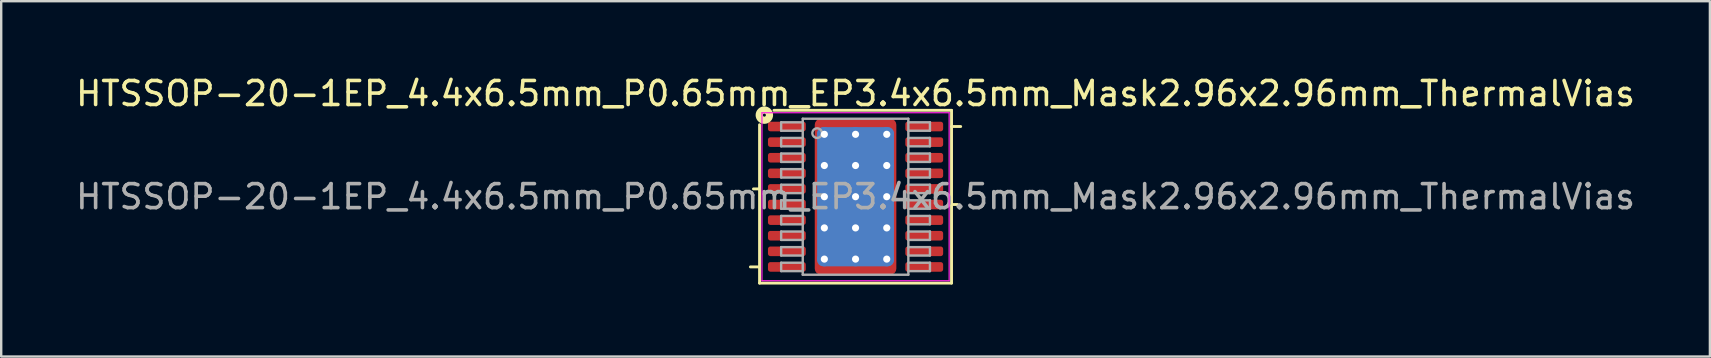
<source format=kicad_pcb>
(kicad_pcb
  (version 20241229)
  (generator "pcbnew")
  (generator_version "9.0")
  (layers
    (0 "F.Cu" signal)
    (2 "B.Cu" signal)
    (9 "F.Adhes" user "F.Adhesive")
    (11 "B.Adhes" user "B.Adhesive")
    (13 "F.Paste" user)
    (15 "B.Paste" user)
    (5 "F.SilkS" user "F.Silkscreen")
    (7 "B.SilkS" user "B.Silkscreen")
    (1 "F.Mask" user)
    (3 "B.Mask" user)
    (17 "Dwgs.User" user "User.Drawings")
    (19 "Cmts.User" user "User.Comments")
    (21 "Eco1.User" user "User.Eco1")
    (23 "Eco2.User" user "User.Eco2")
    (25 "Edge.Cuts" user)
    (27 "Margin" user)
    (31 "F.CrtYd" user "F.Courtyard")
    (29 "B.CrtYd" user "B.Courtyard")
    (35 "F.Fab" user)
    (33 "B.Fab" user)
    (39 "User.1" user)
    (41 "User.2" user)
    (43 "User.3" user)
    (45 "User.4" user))
  (footprint "HTSSOP-20-1EP_4.4x6.5mm_P0.65mm_EP3.4x6.5mm_Mask2.96x2.96mm_ThermalVias"
    (layer "F.Cu")
    (at 32.601 5.147)
    (property "Reference" "HTSSOP-20-1EP_4.4x6.5mm_P0.65mm_EP3.4x6.5mm_Mask2.96x2.96mm_ThermalVias" (at 0 -4.298 0) (layer "F.SilkS") (effects (font (size 1 1) (thickness 0.15))))
    (attr smd)
    (fp_line (start -4 -0.325) (end -4.254 -0.325) (stroke (width 0.12) (type solid)) (layer "F.SilkS"))
    (fp_line (start -4 2.925) (end -4.381 2.925) (stroke (width 0.12) (type solid)) (layer "F.SilkS"))
    (fp_line (start -4 3.6) (end -4 -3) (stroke (width 0.12) (type solid)) (layer "F.SilkS"))
    (fp_line (start -3.4 -3.6) (end 4 -3.6) (stroke (width 0.12) (type solid)) (layer "F.SilkS"))
    (fp_line (start 4 -3.6) (end 4 3.6) (stroke (width 0.12) (type solid)) (layer "F.SilkS"))
    (fp_line (start 4 -2.925) (end 4.381 -2.925) (stroke (width 0.12) (type solid)) (layer "F.SilkS"))
    (fp_line (start 4 0.325) (end 4.254 0.325) (stroke (width 0.12) (type solid)) (layer "F.SilkS"))
    (fp_line (start 4 3.6) (end -4 3.6) (stroke (width 0.12) (type solid)) (layer "F.SilkS"))
    (fp_circle (center -3.8 -3.4) (end -3.736 -3.4) (stroke (width 0.3) (type solid)) (fill no) (layer "F.SilkS"))
    (fp_line (start -3.9 -3.5) (end -3.9 3.5) (stroke (width 0.05) (type solid)) (layer "F.CrtYd"))
    (fp_line (start -3.9 3.5) (end 3.9 3.5) (stroke (width 0.05) (type solid)) (layer "F.CrtYd"))
    (fp_line (start 3.9 -3.5) (end -3.9 -3.5) (stroke (width 0.05) (type solid)) (layer "F.CrtYd"))
    (fp_line (start 3.9 3.5) (end 3.9 -3.5) (stroke (width 0.05) (type solid)) (layer "F.CrtYd"))
    (fp_line (start -3.1 -3.1) (end -3.1 -2.75) (stroke (width 0.1) (type solid)) (layer "F.Fab"))
    (fp_line (start -3.1 -3.1) (end -2.2 -3.1) (stroke (width 0.1) (type solid)) (layer "F.Fab"))
    (fp_line (start -3.1 -2.75) (end -2.2 -2.75) (stroke (width 0.1) (type solid)) (layer "F.Fab"))
    (fp_line (start -3.1 -2.45) (end -3.1 -2.1) (stroke (width 0.1) (type solid)) (layer "F.Fab"))
    (fp_line (start -3.1 -2.45) (end -2.2 -2.45) (stroke (width 0.1) (type solid)) (layer "F.Fab"))
    (fp_line (start -3.1 -2.1) (end -2.2 -2.1) (stroke (width 0.1) (type solid)) (layer "F.Fab"))
    (fp_line (start -3.1 -1.8) (end -3.1 -1.45) (stroke (width 0.1) (type solid)) (layer "F.Fab"))
    (fp_line (start -3.1 -1.8) (end -2.2 -1.8) (stroke (width 0.1) (type solid)) (layer "F.Fab"))
    (fp_line (start -3.1 -1.45) (end -2.2 -1.45) (stroke (width 0.1) (type solid)) (layer "F.Fab"))
    (fp_line (start -3.1 -1.15) (end -3.1 -0.8) (stroke (width 0.1) (type solid)) (layer "F.Fab"))
    (fp_line (start -3.1 -1.15) (end -2.2 -1.15) (stroke (width 0.1) (type solid)) (layer "F.Fab"))
    (fp_line (start -3.1 -0.8) (end -2.2 -0.8) (stroke (width 0.1) (type solid)) (layer "F.Fab"))
    (fp_line (start -3.1 -0.5) (end -3.1 -0.15) (stroke (width 0.1) (type solid)) (layer "F.Fab"))
    (fp_line (start -3.1 -0.5) (end -2.2 -0.5) (stroke (width 0.1) (type solid)) (layer "F.Fab"))
    (fp_line (start -3.1 -0.15) (end -2.2 -0.15) (stroke (width 0.1) (type solid)) (layer "F.Fab"))
    (fp_line (start -3.1 0.15) (end -3.1 0.5) (stroke (width 0.1) (type solid)) (layer "F.Fab"))
    (fp_line (start -3.1 0.15) (end -2.2 0.15) (stroke (width 0.1) (type solid)) (layer "F.Fab"))
    (fp_line (start -3.1 0.5) (end -2.2 0.5) (stroke (width 0.1) (type solid)) (layer "F.Fab"))
    (fp_line (start -3.1 0.8) (end -3.1 1.15) (stroke (width 0.1) (type solid)) (layer "F.Fab"))
    (fp_line (start -3.1 0.8) (end -2.2 0.8) (stroke (width 0.1) (type solid)) (layer "F.Fab"))
    (fp_line (start -3.1 1.15) (end -2.2 1.15) (stroke (width 0.1) (type solid)) (layer "F.Fab"))
    (fp_line (start -3.1 1.45) (end -3.1 1.8) (stroke (width 0.1) (type solid)) (layer "F.Fab"))
    (fp_line (start -3.1 1.45) (end -2.2 1.45) (stroke (width 0.1) (type solid)) (layer "F.Fab"))
    (fp_line (start -3.1 1.8) (end -2.2 1.8) (stroke (width 0.1) (type solid)) (layer "F.Fab"))
    (fp_line (start -3.1 2.1) (end -3.1 2.45) (stroke (width 0.1) (type solid)) (layer "F.Fab"))
    (fp_line (start -3.1 2.1) (end -2.2 2.1) (stroke (width 0.1) (type solid)) (layer "F.Fab"))
    (fp_line (start -3.1 2.45) (end -2.2 2.45) (stroke (width 0.1) (type solid)) (layer "F.Fab"))
    (fp_line (start -3.1 2.75) (end -3.1 3.1) (stroke (width 0.1) (type solid)) (layer "F.Fab"))
    (fp_line (start -3.1 2.75) (end -2.2 2.75) (stroke (width 0.1) (type solid)) (layer "F.Fab"))
    (fp_line (start -3.1 3.1) (end -2.2 3.1) (stroke (width 0.1) (type solid)) (layer "F.Fab"))
    (fp_line (start -2.2 -3.25) (end 2.2 -3.25) (stroke (width 0.1) (type solid)) (layer "F.Fab"))
    (fp_line (start -2.2 3.25) (end -2.2 -3.25) (stroke (width 0.1) (type solid)) (layer "F.Fab"))
    (fp_line (start 2.2 -3.25) (end 2.2 3.25) (stroke (width 0.1) (type solid)) (layer "F.Fab"))
    (fp_line (start 2.2 3.25) (end -2.2 3.25) (stroke (width 0.1) (type solid)) (layer "F.Fab"))
    (fp_line (start 3.1 -3.1) (end 2.2 -3.1) (stroke (width 0.1) (type solid)) (layer "F.Fab"))
    (fp_line (start 3.1 -2.75) (end 2.2 -2.75) (stroke (width 0.1) (type solid)) (layer "F.Fab"))
    (fp_line (start 3.1 -2.75) (end 3.1 -3.1) (stroke (width 0.1) (type solid)) (layer "F.Fab"))
    (fp_line (start 3.1 -2.45) (end 2.2 -2.45) (stroke (width 0.1) (type solid)) (layer "F.Fab"))
    (fp_line (start 3.1 -2.1) (end 2.2 -2.1) (stroke (width 0.1) (type solid)) (layer "F.Fab"))
    (fp_line (start 3.1 -2.1) (end 3.1 -2.45) (stroke (width 0.1) (type solid)) (layer "F.Fab"))
    (fp_line (start 3.1 -1.8) (end 2.2 -1.8) (stroke (width 0.1) (type solid)) (layer "F.Fab"))
    (fp_line (start 3.1 -1.45) (end 2.2 -1.45) (stroke (width 0.1) (type solid)) (layer "F.Fab"))
    (fp_line (start 3.1 -1.45) (end 3.1 -1.8) (stroke (width 0.1) (type solid)) (layer "F.Fab"))
    (fp_line (start 3.1 -1.15) (end 2.2 -1.15) (stroke (width 0.1) (type solid)) (layer "F.Fab"))
    (fp_line (start 3.1 -0.8) (end 2.2 -0.8) (stroke (width 0.1) (type solid)) (layer "F.Fab"))
    (fp_line (start 3.1 -0.8) (end 3.1 -1.15) (stroke (width 0.1) (type solid)) (layer "F.Fab"))
    (fp_line (start 3.1 -0.5) (end 2.2 -0.5) (stroke (width 0.1) (type solid)) (layer "F.Fab"))
    (fp_line (start 3.1 -0.15) (end 2.2 -0.15) (stroke (width 0.1) (type solid)) (layer "F.Fab"))
    (fp_line (start 3.1 -0.15) (end 3.1 -0.5) (stroke (width 0.1) (type solid)) (layer "F.Fab"))
    (fp_line (start 3.1 0.15) (end 2.2 0.15) (stroke (width 0.1) (type solid)) (layer "F.Fab"))
    (fp_line (start 3.1 0.5) (end 2.2 0.5) (stroke (width 0.1) (type solid)) (layer "F.Fab"))
    (fp_line (start 3.1 0.5) (end 3.1 0.15) (stroke (width 0.1) (type solid)) (layer "F.Fab"))
    (fp_line (start 3.1 0.8) (end 2.2 0.8) (stroke (width 0.1) (type solid)) (layer "F.Fab"))
    (fp_line (start 3.1 1.15) (end 2.2 1.15) (stroke (width 0.1) (type solid)) (layer "F.Fab"))
    (fp_line (start 3.1 1.15) (end 3.1 0.8) (stroke (width 0.1) (type solid)) (layer "F.Fab"))
    (fp_line (start 3.1 1.45) (end 2.2 1.45) (stroke (width 0.1) (type solid)) (layer "F.Fab"))
    (fp_line (start 3.1 1.8) (end 2.2 1.8) (stroke (width 0.1) (type solid)) (layer "F.Fab"))
    (fp_line (start 3.1 1.8) (end 3.1 1.45) (stroke (width 0.1) (type solid)) (layer "F.Fab"))
    (fp_line (start 3.1 2.1) (end 2.2 2.1) (stroke (width 0.1) (type solid)) (layer "F.Fab"))
    (fp_line (start 3.1 2.45) (end 2.2 2.45) (stroke (width 0.1) (type solid)) (layer "F.Fab"))
    (fp_line (start 3.1 2.45) (end 3.1 2.1) (stroke (width 0.1) (type solid)) (layer "F.Fab"))
    (fp_line (start 3.1 2.75) (end 2.2 2.75) (stroke (width 0.1) (type solid)) (layer "F.Fab"))
    (fp_line (start 3.1 3.1) (end 2.2 3.1) (stroke (width 0.1) (type solid)) (layer "F.Fab"))
    (fp_line (start 3.1 3.1) (end 3.1 2.75) (stroke (width 0.1) (type solid)) (layer "F.Fab"))
    (fp_circle (center -1.6 -2.65) (end -1.4 -2.65) (stroke (width 0.1) (type solid)) (fill no) (layer "F.Fab"))
    (fp_text user "${REFERENCE}" (at 0 0 0) (layer "F.Fab") (effects (font (size 1 1) (thickness 0.15))))
    (pad "" smd roundrect (at -0.74 -0.74) (size 1.19 1.19) (layers "F.Paste") (roundrect_rratio 0.21))
    (pad "" smd roundrect (at -0.74 0.74) (size 1.19 1.19) (layers "F.Paste") (roundrect_rratio 0.21))
    (pad "" smd roundrect (at 0 0) (size 2.96 2.96) (layers "F.Mask") (roundrect_rratio 0.084))
    (pad "" smd roundrect (at 0.74 -0.74) (size 1.19 1.19) (layers "F.Paste") (roundrect_rratio 0.21))
    (pad "" smd roundrect (at 0.74 0.74) (size 1.19 1.19) (layers "F.Paste") (roundrect_rratio 0.21))
    (pad "1" smd roundrect (at -2.862 -2.925) (size 1.575 0.4) (layers "F.Cu" "F.Mask" "F.Paste") (roundrect_rratio 0.25))
    (pad "2" smd roundrect (at -2.862 -2.275) (size 1.575 0.4) (layers "F.Cu" "F.Mask" "F.Paste") (roundrect_rratio 0.25))
    (pad "3" smd roundrect (at -2.862 -1.625) (size 1.575 0.4) (layers "F.Cu" "F.Mask" "F.Paste") (roundrect_rratio 0.25))
    (pad "4" smd roundrect (at -2.862 -0.975) (size 1.575 0.4) (layers "F.Cu" "F.Mask" "F.Paste") (roundrect_rratio 0.25))
    (pad "5" smd roundrect (at -2.862 -0.325) (size 1.575 0.4) (layers "F.Cu" "F.Mask" "F.Paste") (roundrect_rratio 0.25))
    (pad "6" smd roundrect (at -2.862 0.325) (size 1.575 0.4) (layers "F.Cu" "F.Mask" "F.Paste") (roundrect_rratio 0.25))
    (pad "7" smd roundrect (at -2.862 0.975) (size 1.575 0.4) (layers "F.Cu" "F.Mask" "F.Paste") (roundrect_rratio 0.25))
    (pad "8" smd roundrect (at -2.862 1.625) (size 1.575 0.4) (layers "F.Cu" "F.Mask" "F.Paste") (roundrect_rratio 0.25))
    (pad "9" smd roundrect (at -2.862 2.275) (size 1.575 0.4) (layers "F.Cu" "F.Mask" "F.Paste") (roundrect_rratio 0.25))
    (pad "10" smd roundrect (at -2.862 2.925) (size 1.575 0.4) (layers "F.Cu" "F.Mask" "F.Paste") (roundrect_rratio 0.25))
    (pad "11" smd roundrect (at 2.862 2.925) (size 1.575 0.4) (layers "F.Cu" "F.Mask" "F.Paste") (roundrect_rratio 0.25))
    (pad "12" smd roundrect (at 2.862 2.275) (size 1.575 0.4) (layers "F.Cu" "F.Mask" "F.Paste") (roundrect_rratio 0.25))
    (pad "13" smd roundrect (at 2.862 1.625) (size 1.575 0.4) (layers "F.Cu" "F.Mask" "F.Paste") (roundrect_rratio 0.25))
    (pad "14" smd roundrect (at 2.862 0.975) (size 1.575 0.4) (layers "F.Cu" "F.Mask" "F.Paste") (roundrect_rratio 0.25))
    (pad "15" smd roundrect (at 2.862 0.325) (size 1.575 0.4) (layers "F.Cu" "F.Mask" "F.Paste") (roundrect_rratio 0.25))
    (pad "16" smd roundrect (at 2.862 -0.325) (size 1.575 0.4) (layers "F.Cu" "F.Mask" "F.Paste") (roundrect_rratio 0.25))
    (pad "17" smd roundrect (at 2.862 -0.975) (size 1.575 0.4) (layers "F.Cu" "F.Mask" "F.Paste") (roundrect_rratio 0.25))
    (pad "18" smd roundrect (at 2.862 -1.625) (size 1.575 0.4) (layers "F.Cu" "F.Mask" "F.Paste") (roundrect_rratio 0.25))
    (pad "19" smd roundrect (at 2.862 -2.275) (size 1.575 0.4) (layers "F.Cu" "F.Mask" "F.Paste") (roundrect_rratio 0.25))
    (pad "20" smd roundrect (at 2.862 -2.925) (size 1.575 0.4) (layers "F.Cu" "F.Mask" "F.Paste") (roundrect_rratio 0.25))
    (pad "21" thru_hole circle (at -1.3 -2.6) (size 0.6 0.6) (drill 0.3) (property pad_prop_heatsink) (layers "*.Cu"))
    (pad "21" thru_hole circle (at -1.3 -1.3) (size 0.6 0.6) (drill 0.3) (property pad_prop_heatsink) (layers "*.Cu"))
    (pad "21" thru_hole circle (at -1.3 0) (size 0.6 0.6) (drill 0.3) (property pad_prop_heatsink) (layers "*.Cu"))
    (pad "21" thru_hole circle (at -1.3 1.3) (size 0.6 0.6) (drill 0.3) (property pad_prop_heatsink) (layers "*.Cu"))
    (pad "21" thru_hole circle (at -1.3 2.6) (size 0.6 0.6) (drill 0.3) (property pad_prop_heatsink) (layers "*.Cu"))
    (pad "21" thru_hole circle (at 0 -2.6) (size 0.6 0.6) (drill 0.3) (property pad_prop_heatsink) (layers "*.Cu"))
    (pad "21" thru_hole circle (at 0 -1.3) (size 0.6 0.6) (drill 0.3) (property pad_prop_heatsink) (layers "*.Cu"))
    (pad "21" thru_hole circle (at 0 0) (size 0.6 0.6) (drill 0.3) (property pad_prop_heatsink) (layers "*.Cu"))
    (pad "21" smd roundrect (at 0 0) (size 3.2 5.8) (layers "B.Cu" "B.Mask") (roundrect_rratio 0.078))
    (pad "21" smd roundrect (at 0 0) (size 3.4 6.5) (layers "F.Cu") (roundrect_rratio 0.074))
    (pad "21" thru_hole circle (at 0 1.3) (size 0.6 0.6) (drill 0.3) (property pad_prop_heatsink) (layers "*.Cu"))
    (pad "21" thru_hole circle (at 0 2.6) (size 0.6 0.6) (drill 0.3) (property pad_prop_heatsink) (layers "*.Cu"))
    (pad "21" thru_hole circle (at 1.3 -2.6) (size 0.6 0.6) (drill 0.3) (property pad_prop_heatsink) (layers "*.Cu"))
    (pad "21" thru_hole circle (at 1.3 -1.3) (size 0.6 0.6) (drill 0.3) (property pad_prop_heatsink) (layers "*.Cu"))
    (pad "21" thru_hole circle (at 1.3 0) (size 0.6 0.6) (drill 0.3) (property pad_prop_heatsink) (layers "*.Cu"))
    (pad "21" thru_hole circle (at 1.3 1.3) (size 0.6 0.6) (drill 0.3) (property pad_prop_heatsink) (layers "*.Cu"))
    (pad "21" thru_hole circle (at 1.3 2.6) (size 0.6 0.6) (drill 0.3) (property pad_prop_heatsink) (layers "*.Cu")))
  (gr_rect
    (start -3 -3)
    (end 68.202 11.807)
    (stroke (width 0.1) (type default))
    (fill no)
    (layer "Edge.Cuts")))
</source>
